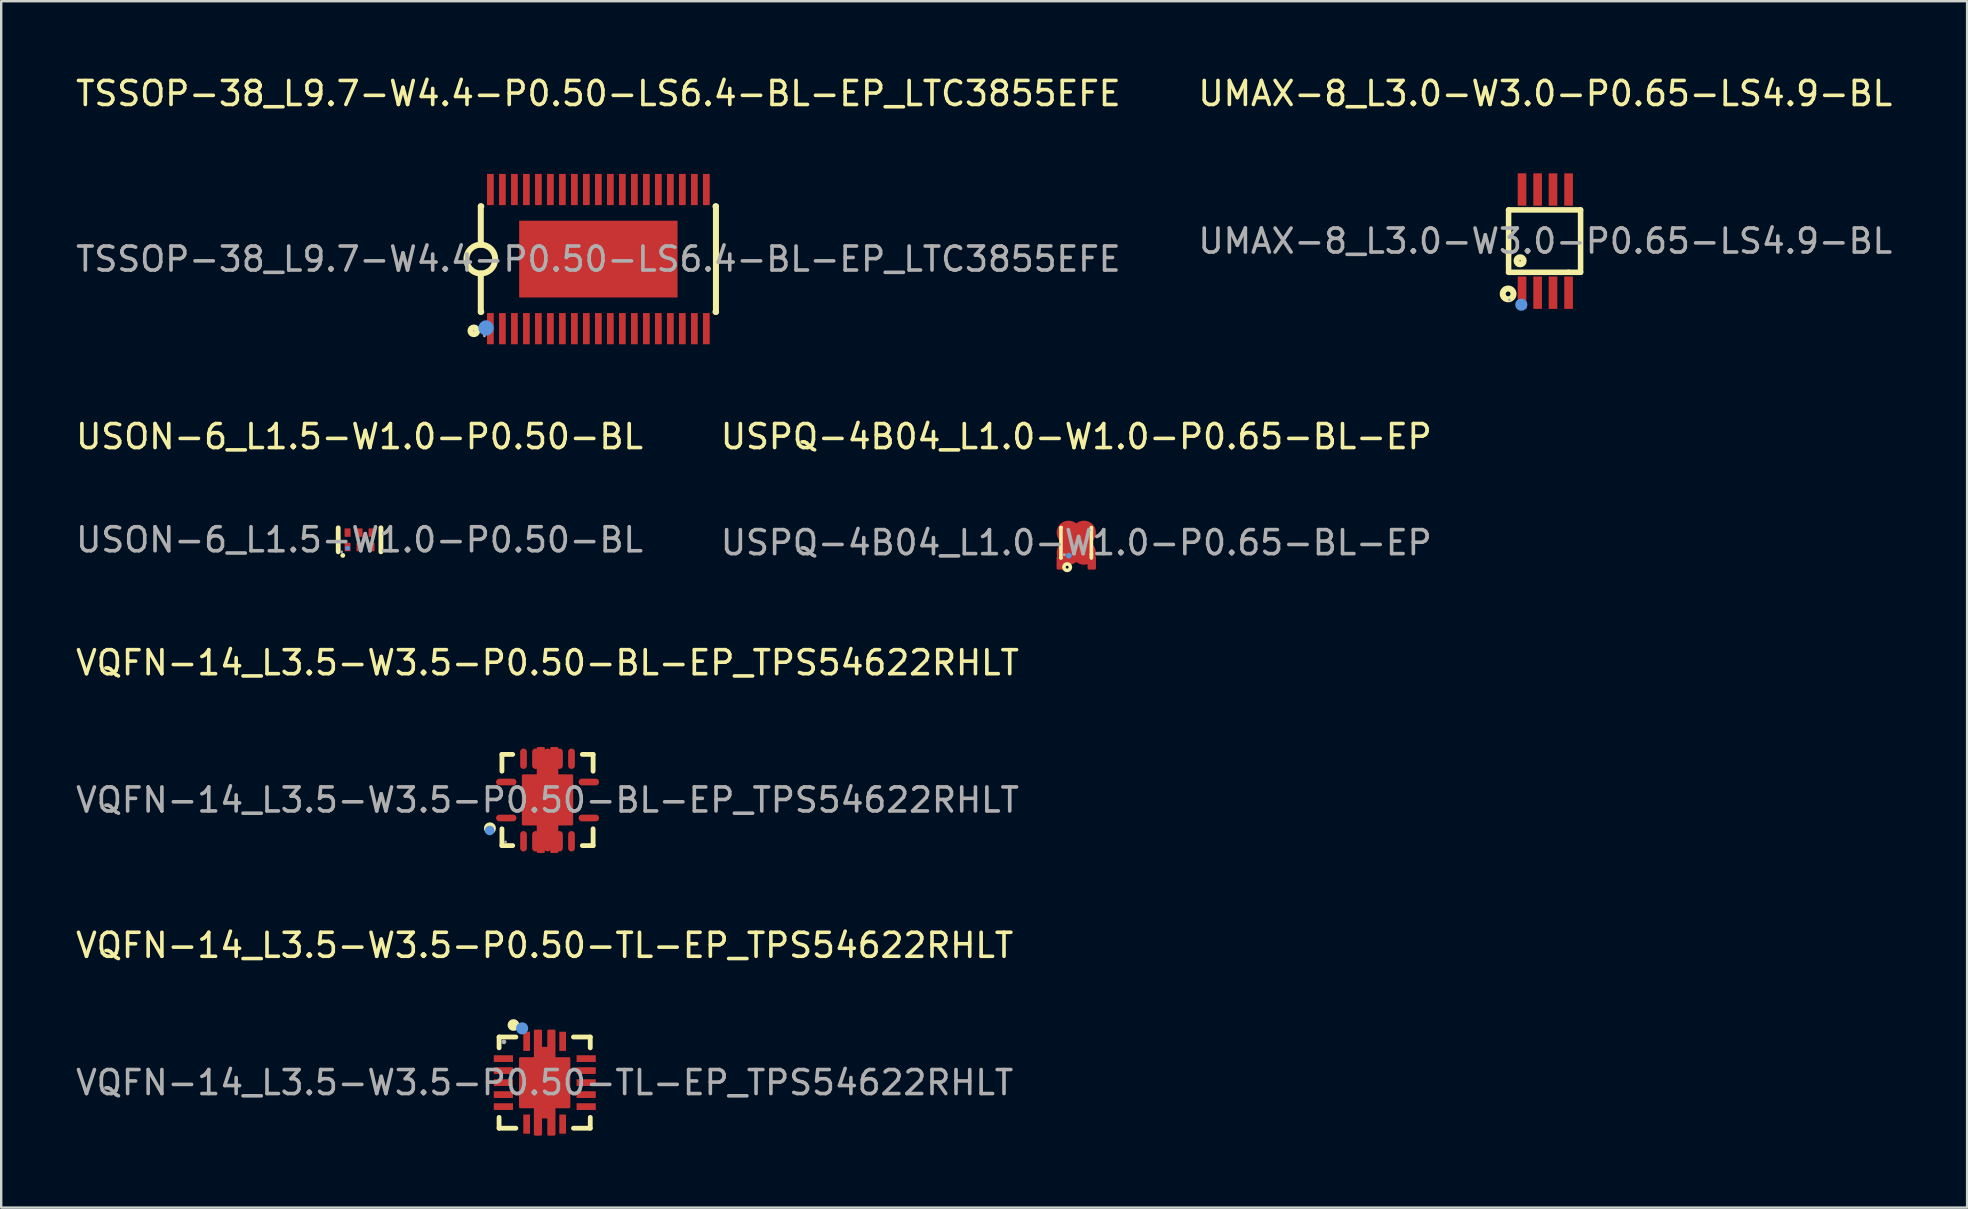
<source format=kicad_pcb>
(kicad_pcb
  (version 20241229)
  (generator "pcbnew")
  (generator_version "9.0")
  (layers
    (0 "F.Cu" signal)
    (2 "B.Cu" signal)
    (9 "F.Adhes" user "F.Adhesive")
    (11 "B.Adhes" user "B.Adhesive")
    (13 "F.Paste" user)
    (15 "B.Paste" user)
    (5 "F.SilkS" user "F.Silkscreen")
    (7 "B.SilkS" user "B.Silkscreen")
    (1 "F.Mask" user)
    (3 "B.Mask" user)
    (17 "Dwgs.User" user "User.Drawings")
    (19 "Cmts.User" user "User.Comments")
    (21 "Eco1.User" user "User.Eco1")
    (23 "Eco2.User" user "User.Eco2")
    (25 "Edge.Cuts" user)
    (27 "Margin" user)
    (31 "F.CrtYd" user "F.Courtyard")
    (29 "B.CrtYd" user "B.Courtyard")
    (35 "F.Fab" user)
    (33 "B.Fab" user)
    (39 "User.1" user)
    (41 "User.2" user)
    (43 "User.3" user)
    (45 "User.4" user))
  (footprint "TSSOP-38_L9.7-W4.4-P0.50-LS6.4-BL-EP_LTC3855EFE"
    (layer "F.Cu")
    (at 21.887 7.748)
    (property "Reference" "TSSOP-38_L9.7-W4.4-P0.50-LS6.4-BL-EP_LTC3855EFE" (at 0 -6.9 0) (layer "F.SilkS") (effects (font (size 1 1) (thickness 0.15))))
    (attr through_hole)
    (fp_line (start -4.9 -2.2) (end -4.9 -0.6) (stroke (width 0.25) (type solid)) (layer "F.SilkS"))
    (fp_line (start -4.9 -2.2) (end -4.88 -2.2) (stroke (width 0.25) (type solid)) (layer "F.SilkS"))
    (fp_line (start -4.9 2.2) (end -4.9 0.6) (stroke (width 0.25) (type solid)) (layer "F.SilkS"))
    (fp_line (start -4.9 2.2) (end -4.88 2.2) (stroke (width 0.25) (type solid)) (layer "F.SilkS"))
    (fp_line (start 4.88 -2.2) (end 4.9 -2.2) (stroke (width 0.25) (type solid)) (layer "F.SilkS"))
    (fp_line (start 4.88 2.2) (end 4.9 2.2) (stroke (width 0.25) (type solid)) (layer "F.SilkS"))
    (fp_line (start 4.9 -2.2) (end 4.9 2.2) (stroke (width 0.25) (type solid)) (layer "F.SilkS"))
    (fp_arc (start -4.910471 0.599909) (mid -4.894764 -0.599978) (end -4.9 0.6) (stroke (width 0.25) (type solid)) (layer "F.SilkS"))
    (fp_circle (center -5.19 2.99) (end -5.05 2.99) (stroke (width 0.25) (type solid)) (fill no) (layer "F.SilkS"))
    (fp_circle (center -4.68 2.87) (end -4.52 2.87) (stroke (width 0.32) (type solid)) (fill no) (layer "Cmts.User"))
    (fp_circle (center -4.75 3.2) (end -4.72 3.2) (stroke (width 0.06) (type solid)) (fill no) (layer "F.Fab"))
    (fp_text user "${REFERENCE}" (at 0 0 0) (layer "F.Fab") (effects (font (size 1 1) (thickness 0.15))))
    (pad "1" smd rect (at -4.5 2.9) (size 0.28 1.3) (layers "F.Cu" "F.Mask" "F.Paste"))
    (pad "2" smd rect (at -4 2.9) (size 0.28 1.3) (layers "F.Cu" "F.Mask" "F.Paste"))
    (pad "3" smd rect (at -3.5 2.9) (size 0.28 1.3) (layers "F.Cu" "F.Mask" "F.Paste"))
    (pad "4" smd rect (at -3 2.9) (size 0.28 1.3) (layers "F.Cu" "F.Mask" "F.Paste"))
    (pad "5" smd rect (at -2.5 2.9) (size 0.28 1.3) (layers "F.Cu" "F.Mask" "F.Paste"))
    (pad "6" smd rect (at -2 2.9) (size 0.28 1.3) (layers "F.Cu" "F.Mask" "F.Paste"))
    (pad "7" smd rect (at -1.5 2.9) (size 0.28 1.3) (layers "F.Cu" "F.Mask" "F.Paste"))
    (pad "8" smd rect (at -1 2.9) (size 0.28 1.3) (layers "F.Cu" "F.Mask" "F.Paste"))
    (pad "9" smd rect (at -0.5 2.9) (size 0.28 1.3) (layers "F.Cu" "F.Mask" "F.Paste"))
    (pad "10" smd rect (at 0 2.9) (size 0.28 1.3) (layers "F.Cu" "F.Mask" "F.Paste"))
    (pad "11" smd rect (at 0.5 2.9) (size 0.28 1.3) (layers "F.Cu" "F.Mask" "F.Paste"))
    (pad "12" smd rect (at 1 2.9) (size 0.28 1.3) (layers "F.Cu" "F.Mask" "F.Paste"))
    (pad "13" smd rect (at 1.5 2.9) (size 0.28 1.3) (layers "F.Cu" "F.Mask" "F.Paste"))
    (pad "14" smd rect (at 2 2.9) (size 0.28 1.3) (layers "F.Cu" "F.Mask" "F.Paste"))
    (pad "15" smd rect (at 2.5 2.9) (size 0.28 1.3) (layers "F.Cu" "F.Mask" "F.Paste"))
    (pad "16" smd rect (at 3 2.9) (size 0.28 1.3) (layers "F.Cu" "F.Mask" "F.Paste"))
    (pad "17" smd rect (at 3.5 2.9) (size 0.28 1.3) (layers "F.Cu" "F.Mask" "F.Paste"))
    (pad "18" smd rect (at 4 2.9) (size 0.28 1.3) (layers "F.Cu" "F.Mask" "F.Paste"))
    (pad "19" smd rect (at 4.5 2.9) (size 0.28 1.3) (layers "F.Cu" "F.Mask" "F.Paste"))
    (pad "20" smd rect (at 4.5 -2.9) (size 0.28 1.3) (layers "F.Cu" "F.Mask" "F.Paste"))
    (pad "21" smd rect (at 4 -2.9) (size 0.28 1.3) (layers "F.Cu" "F.Mask" "F.Paste"))
    (pad "22" smd rect (at 3.5 -2.9) (size 0.28 1.3) (layers "F.Cu" "F.Mask" "F.Paste"))
    (pad "23" smd rect (at 3 -2.9) (size 0.28 1.3) (layers "F.Cu" "F.Mask" "F.Paste"))
    (pad "24" smd rect (at 2.5 -2.9) (size 0.28 1.3) (layers "F.Cu" "F.Mask" "F.Paste"))
    (pad "25" smd rect (at 2 -2.9) (size 0.28 1.3) (layers "F.Cu" "F.Mask" "F.Paste"))
    (pad "26" smd rect (at 1.5 -2.9) (size 0.28 1.3) (layers "F.Cu" "F.Mask" "F.Paste"))
    (pad "27" smd rect (at 1 -2.9) (size 0.28 1.3) (layers "F.Cu" "F.Mask" "F.Paste"))
    (pad "28" smd rect (at 0.5 -2.9) (size 0.28 1.3) (layers "F.Cu" "F.Mask" "F.Paste"))
    (pad "29" smd rect (at 0 -2.9) (size 0.28 1.3) (layers "F.Cu" "F.Mask" "F.Paste"))
    (pad "30" smd rect (at -0.5 -2.9) (size 0.28 1.3) (layers "F.Cu" "F.Mask" "F.Paste"))
    (pad "31" smd rect (at -1 -2.9) (size 0.28 1.3) (layers "F.Cu" "F.Mask" "F.Paste"))
    (pad "32" smd rect (at -1.5 -2.9) (size 0.28 1.3) (layers "F.Cu" "F.Mask" "F.Paste"))
    (pad "33" smd rect (at -2 -2.9) (size 0.28 1.3) (layers "F.Cu" "F.Mask" "F.Paste"))
    (pad "34" smd rect (at -2.5 -2.9) (size 0.28 1.3) (layers "F.Cu" "F.Mask" "F.Paste"))
    (pad "35" smd rect (at -3 -2.9) (size 0.28 1.3) (layers "F.Cu" "F.Mask" "F.Paste"))
    (pad "36" smd rect (at -3.5 -2.9) (size 0.28 1.3) (layers "F.Cu" "F.Mask" "F.Paste"))
    (pad "37" smd rect (at -4 -2.9) (size 0.28 1.3) (layers "F.Cu" "F.Mask" "F.Paste"))
    (pad "38" smd rect (at -4.5 -2.9) (size 0.28 1.3) (layers "F.Cu" "F.Mask" "F.Paste"))
    (pad "39" smd rect (at 0 0) (size 6.6 3.2) (layers "F.Cu" "F.Mask" "F.Paste")))
  (footprint "USON-6_L1.5-W1.0-P0.50-BL"
    (layer "F.Cu")
    (at 11.935 19.447)
    (property "Reference" "USON-6_L1.5-W1.0-P0.50-BL" (at 0 -4.3 0) (layer "F.SilkS") (effects (font (size 1 1) (thickness 0.15))))
    (attr through_hole)
    (fp_line (start -0.89 0.5) (end -0.89 -0.5) (stroke (width 0.2) (type solid)) (layer "F.SilkS"))
    (fp_line (start 0.89 0.5) (end 0.89 -0.5) (stroke (width 0.2) (type solid)) (layer "F.SilkS"))
    (fp_circle (center -0.7 0.65) (end -0.65 0.65) (stroke (width 0.1) (type solid)) (fill no) (layer "F.SilkS"))
    (fp_circle (center -0.5 0.35) (end -0.45 0.35) (stroke (width 0.1) (type solid)) (fill no) (layer "Cmts.User"))
    (fp_circle (center -0.75 0.5) (end -0.72 0.5) (stroke (width 0.06) (type solid)) (fill no) (layer "F.Fab"))
    (fp_text user "${REFERENCE}" (at 0 0 0) (layer "F.Fab") (effects (font (size 1 1) (thickness 0.15))))
    (pad "1" smd rect (at -0.5 0.3) (size 0.25 0.35) (layers "F.Cu" "F.Mask" "F.Paste"))
    (pad "2" smd rect (at 0 0.3) (size 0.25 0.35) (layers "F.Cu" "F.Mask" "F.Paste"))
    (pad "3" smd rect (at 0.5 0.3) (size 0.25 0.35) (layers "F.Cu" "F.Mask" "F.Paste"))
    (pad "4" smd rect (at 0.5 -0.3 180) (size 0.25 0.35) (layers "F.Cu" "F.Mask" "F.Paste"))
    (pad "5" smd rect (at 0 -0.3 180) (size 0.25 0.35) (layers "F.Cu" "F.Mask" "F.Paste"))
    (pad "6" smd rect (at -0.5 -0.3 180) (size 0.25 0.35) (layers "F.Cu" "F.Mask" "F.Paste")))
  (footprint "USPQ-4B04_L1.0-W1.0-P0.65-BL-EP"
    (layer "F.Cu")
    (at 41.804 19.567)
    (property "Reference" "USPQ-4B04_L1.0-W1.0-P0.65-BL-EP" (at 0 -4.42 0) (layer "F.SilkS") (effects (font (size 1 1) (thickness 0.15))))
    (attr through_hole)
    (fp_line (start -0.64 -0.63) (end -0.64 0.63) (stroke (width 0.15) (type solid)) (layer "F.SilkS"))
    (fp_line (start -0.64 0.63) (end -0.63 0.63) (stroke (width 0.15) (type solid)) (layer "F.SilkS"))
    (fp_line (start -0.63 -0.63) (end -0.64 -0.63) (stroke (width 0.15) (type solid)) (layer "F.SilkS"))
    (fp_line (start 0.63 -0.63) (end 0.63 -0.63) (stroke (width 0.15) (type solid)) (layer "F.SilkS"))
    (fp_line (start 0.63 -0.5) (end 0.63 -0.63) (stroke (width 0.15) (type solid)) (layer "F.SilkS"))
    (fp_line (start 0.63 0.5) (end 0.63 -0.5) (stroke (width 0.15) (type solid)) (layer "F.SilkS"))
    (fp_line (start 0.63 0.63) (end 0.63 0.5) (stroke (width 0.15) (type solid)) (layer "F.SilkS"))
    (fp_line (start 0.63 0.63) (end 0.63 0.63) (stroke (width 0.15) (type solid)) (layer "F.SilkS"))
    (fp_circle (center -0.38 1.02) (end -0.32 1.02) (stroke (width 0.15) (type solid)) (fill no) (layer "F.SilkS"))
    (fp_circle (center -0.31 0.54) (end -0.25 0.54) (stroke (width 0.12) (type solid)) (fill no) (layer "Cmts.User"))
    (fp_circle (center -0.5 0.5) (end -0.47 0.5) (stroke (width 0.06) (type solid)) (fill no) (layer "F.Fab"))
    (fp_text user "${REFERENCE}" (at 0 0 0) (layer "F.Fab") (effects (font (size 1 1) (thickness 0.15))))
    (pad "1" smd custom (at -0.32 0.42) (size 1 1) (layers "F.Cu" "F.Mask" "F.Paste") (options (anchor circle)) (primitives (gr_poly (pts (xy -0.45 0.18) (xy -0.2 0.42) (xy -0.2 0.65) (xy -0.45 0.65)) (width 0.1) (fill yes))))
    (pad "2" smd custom (at 0.32 0.42) (size 1 1) (layers "F.Cu" "F.Mask" "F.Paste") (options (anchor circle)) (primitives (gr_poly (pts (xy 0.2 0.42) (xy 0.45 0.18) (xy 0.45 0.65) (xy 0.2 0.65)) (width 0.1) (fill yes))))
    (pad "3" smd custom (at 0.32 -0.42 180) (size 1 1) (layers "F.Cu" "F.Mask" "F.Paste") (options (anchor circle)) (primitives (gr_poly (pts (xy 0.45 -0.18) (xy 0.2 -0.41) (xy 0.2 -0.65) (xy 0.45 -0.65)) (width 0.1) (fill yes))))
    (pad "4" smd custom (at -0.32 -0.42 180) (size 1 1) (layers "F.Cu" "F.Mask" "F.Paste") (options (anchor circle)) (primitives (gr_poly (pts (xy -0.2 -0.41) (xy -0.45 -0.18) (xy -0.45 -0.65) (xy -0.2 -0.65)) (width 0.1) (fill yes))))
    (pad "5" smd rect (at 0 0 45) (size 0.48 0.47) (layers "F.Cu" "F.Mask" "F.Paste")))
  (footprint "VQFN-14_L3.5-W3.5-P0.50-BL-EP_TPS54622RHLT"
    (layer "F.Cu")
    (at 19.768 30.29)
    (property "Reference" "VQFN-14_L3.5-W3.5-P0.50-BL-EP_TPS54622RHLT" (at 0 -5.72 0) (layer "F.SilkS") (effects (font (size 1 1) (thickness 0.15))))
    (attr through_hole)
    (fp_line (start -1.9 -1.9) (end -1.9 -1.2) (stroke (width 0.2) (type solid)) (layer "F.SilkS"))
    (fp_line (start -1.9 1.9) (end -1.9 1.2) (stroke (width 0.2) (type solid)) (layer "F.SilkS"))
    (fp_line (start -1.45 -1.9) (end -1.9 -1.9) (stroke (width 0.2) (type solid)) (layer "F.SilkS"))
    (fp_line (start -1.45 1.9) (end -1.9 1.9) (stroke (width 0.2) (type solid)) (layer "F.SilkS"))
    (fp_line (start 1.45 1.9) (end 1.9 1.9) (stroke (width 0.2) (type solid)) (layer "F.SilkS"))
    (fp_line (start 1.9 -1.9) (end 1.45 -1.9) (stroke (width 0.2) (type solid)) (layer "F.SilkS"))
    (fp_line (start 1.9 -1.2) (end 1.9 -1.9) (stroke (width 0.2) (type solid)) (layer "F.SilkS"))
    (fp_line (start 1.9 1.9) (end 1.9 1.2) (stroke (width 0.2) (type solid)) (layer "F.SilkS"))
    (fp_arc (start -2.4 1.18) (mid -2.4 1.18) (end -2.4 1.18) (stroke (width 0.25) (type solid)) (layer "F.SilkS"))
    (fp_circle (center -2.41 1.27) (end -2.31 1.27) (stroke (width 0.2) (type solid)) (fill no) (layer "Cmts.User"))
    (fp_circle (center -1.75 1.75) (end -1.72 1.75) (stroke (width 0.06) (type solid)) (fill no) (layer "F.Fab"))
    (fp_text user "${REFERENCE}" (at 0 0 0) (layer "F.Fab") (effects (font (size 1 1) (thickness 0.15))))
    (pad "1" smd oval (at -1.72 0.75 180) (size 0.85 0.28) (layers "F.Cu" "F.Mask" "F.Paste"))
    (pad "2" smd oval (at -1 1.72 90) (size 0.85 0.28) (layers "F.Cu" "F.Mask" "F.Paste"))
    (pad "3" smd oval (at -0.5 1.72 90) (size 0.85 0.28) (layers "F.Cu" "F.Mask" "F.Paste"))
    (pad "4" smd oval (at 0 1.72 90) (size 0.85 0.28) (layers "F.Cu" "F.Mask" "F.Paste"))
    (pad "5" smd oval (at 0.5 1.72 90) (size 0.85 0.28) (layers "F.Cu" "F.Mask" "F.Paste"))
    (pad "6" smd oval (at 1 1.72 90) (size 0.85 0.28) (layers "F.Cu" "F.Mask" "F.Paste"))
    (pad "7" smd oval (at 1.72 0.75 180) (size 0.85 0.28) (layers "F.Cu" "F.Mask" "F.Paste"))
    (pad "8" smd oval (at 1.72 -0.75 180) (size 0.85 0.28) (layers "F.Cu" "F.Mask" "F.Paste"))
    (pad "9" smd oval (at 1 -1.72 90) (size 0.85 0.28) (layers "F.Cu" "F.Mask" "F.Paste"))
    (pad "10" smd oval (at 0.5 -1.72 90) (size 0.85 0.28) (layers "F.Cu" "F.Mask" "F.Paste"))
    (pad "11" smd oval (at 0 -1.72 90) (size 0.85 0.28) (layers "F.Cu" "F.Mask" "F.Paste"))
    (pad "12" smd oval (at -0.5 -1.72 90) (size 0.85 0.28) (layers "F.Cu" "F.Mask" "F.Paste"))
    (pad "13" smd oval (at -1 -1.72 90) (size 0.85 0.28) (layers "F.Cu" "F.Mask" "F.Paste"))
    (pad "14" smd oval (at -1.72 -0.75 180) (size 0.85 0.28) (layers "F.Cu" "F.Mask" "F.Paste"))
    (pad "15" smd custom (at 0 0 90) (size 1 1) (layers "F.Cu" "F.Mask" "F.Paste") (options (anchor circle)) (primitives (gr_poly (pts (xy -1.01 1.02) (xy -1.01 0.4) (xy -2.16 0.4) (xy -2.16 0.16) (xy -1.44 0.16) (xy -1.44 -0.16) (xy -2.16 -0.16) (xy -2.16 -0.4) (xy -1.01 -0.4) (xy -1.01 -1.02) (xy 1.02 -1.02) (xy 1.02 -0.4) (xy 2.16 -0.4) (xy 2.16 -0.16) (xy 1.44 -0.16) (xy 1.44 0.16) (xy 2.16 0.16) (xy 2.16 0.4) (xy 1.02 0.4) (xy 1.02 1.02) (xy -1.01 1.02)) (width 0.1) (fill yes)))))
  (footprint "VQFN-14_L3.5-W3.5-P0.50-TL-EP_TPS54622RHLT"
    (layer "F.Cu")
    (at 19.649 42.068)
    (property "Reference" "VQFN-14_L3.5-W3.5-P0.50-TL-EP_TPS54622RHLT" (at 0 -5.72 0) (layer "F.SilkS") (effects (font (size 1 1) (thickness 0.15))))
    (attr through_hole)
    (fp_line (start -1.9 -1.9) (end -1.2 -1.9) (stroke (width 0.2) (type solid)) (layer "F.SilkS"))
    (fp_line (start -1.9 -1.45) (end -1.9 -1.9) (stroke (width 0.2) (type solid)) (layer "F.SilkS"))
    (fp_line (start -1.9 1.45) (end -1.9 1.9) (stroke (width 0.2) (type solid)) (layer "F.SilkS"))
    (fp_line (start -1.9 1.9) (end -1.2 1.9) (stroke (width 0.2) (type solid)) (layer "F.SilkS"))
    (fp_line (start 1.2 1.9) (end 1.9 1.9) (stroke (width 0.2) (type solid)) (layer "F.SilkS"))
    (fp_line (start 1.9 -1.9) (end 1.2 -1.9) (stroke (width 0.2) (type solid)) (layer "F.SilkS"))
    (fp_line (start 1.9 -1.45) (end 1.9 -1.9) (stroke (width 0.2) (type solid)) (layer "F.SilkS"))
    (fp_line (start 1.9 1.9) (end 1.9 1.45) (stroke (width 0.2) (type solid)) (layer "F.SilkS"))
    (fp_arc (start -1.18 -2.39) (mid -1.420313 -2.404987) (end -1.179584 -2.400034) (stroke (width 0.25) (type solid)) (layer "F.SilkS"))
    (fp_circle (center -0.94 -2.26) (end -0.81 -2.26) (stroke (width 0.25) (type solid)) (fill no) (layer "Cmts.User"))
    (fp_circle (center -1.7 -1.7) (end -1.65 -1.7) (stroke (width 0.1) (type solid)) (fill no) (layer "F.Fab"))
    (fp_text user "${REFERENCE}" (at 0 0 0) (layer "F.Fab") (effects (font (size 1 1) (thickness 0.15))))
    (pad "1" smd rect (at -0.75 -1.72 90) (size 0.8 0.28) (layers "F.Cu" "F.Mask" "F.Paste"))
    (pad "2" smd rect (at -1.72 -1) (size 0.8 0.28) (layers "F.Cu" "F.Mask" "F.Paste"))
    (pad "3" smd rect (at -1.72 -0.5) (size 0.8 0.28) (layers "F.Cu" "F.Mask" "F.Paste"))
    (pad "4" smd rect (at -1.72 0) (size 0.8 0.28) (layers "F.Cu" "F.Mask" "F.Paste"))
    (pad "5" smd rect (at -1.72 0.5) (size 0.8 0.28) (layers "F.Cu" "F.Mask" "F.Paste"))
    (pad "6" smd rect (at -1.72 1) (size 0.8 0.28) (layers "F.Cu" "F.Mask" "F.Paste"))
    (pad "7" smd rect (at -0.75 1.73 90) (size 0.8 0.28) (layers "F.Cu" "F.Mask" "F.Paste"))
    (pad "8" smd rect (at 0.75 1.73 90) (size 0.8 0.28) (layers "F.Cu" "F.Mask" "F.Paste"))
    (pad "9" smd rect (at 1.73 1) (size 0.8 0.28) (layers "F.Cu" "F.Mask" "F.Paste"))
    (pad "10" smd rect (at 1.73 0.5) (size 0.8 0.28) (layers "F.Cu" "F.Mask" "F.Paste"))
    (pad "11" smd rect (at 1.73 0) (size 0.8 0.28) (layers "F.Cu" "F.Mask" "F.Paste"))
    (pad "12" smd rect (at 1.73 -0.5) (size 0.8 0.28) (layers "F.Cu" "F.Mask" "F.Paste"))
    (pad "13" smd rect (at 1.73 -1) (size 0.8 0.28) (layers "F.Cu" "F.Mask" "F.Paste"))
    (pad "14" smd rect (at 0.75 -1.72 90) (size 0.8 0.28) (layers "F.Cu" "F.Mask" "F.Paste"))
    (pad "15" smd custom (at 0 0) (size 1 1) (layers "F.Cu" "F.Mask" "F.Paste") (options (anchor circle)) (primitives (gr_poly (pts (xy -1.02 -1.01) (xy -0.4 -1.01) (xy -0.4 -2.16) (xy -0.16 -2.16) (xy -0.16 -1.44) (xy 0.16 -1.44) (xy 0.16 -2.16) (xy 0.4 -2.16) (xy 0.4 -1.01) (xy 1.02 -1.01) (xy 1.02 1.02) (xy 0.4 1.02) (xy 0.4 2.16) (xy 0.16 2.16) (xy 0.16 1.44) (xy -0.16 1.44) (xy -0.16 2.16) (xy -0.4 2.16) (xy -0.4 1.02) (xy -1.02 1.02) (xy -1.02 -1.01)) (width 0.1) (fill yes)))))
  (footprint "UMAX-8_L3.0-W3.0-P0.65-LS4.9-BL"
    (layer "F.Cu")
    (at 61.351 6.998)
    (property "Reference" "UMAX-8_L3.0-W3.0-P0.65-LS4.9-BL" (at 0 -6.15 0) (layer "F.SilkS") (effects (font (size 1 1) (thickness 0.15))))
    (attr through_hole)
    (fp_line (start -1.53 -1.3) (end -1.53 0.55) (stroke (width 0.23) (type solid)) (layer "F.SilkS"))
    (fp_line (start -1.53 0.55) (end -1.53 1.3) (stroke (width 0.23) (type solid)) (layer "F.SilkS"))
    (fp_line (start -1.53 1.3) (end 0.97 1.3) (stroke (width 0.23) (type solid)) (layer "F.SilkS"))
    (fp_line (start 0.97 1.3) (end 1.47 1.3) (stroke (width 0.23) (type solid)) (layer "F.SilkS"))
    (fp_line (start 1.47 -1.3) (end -1.53 -1.3) (stroke (width 0.23) (type solid)) (layer "F.SilkS"))
    (fp_line (start 1.47 1.3) (end 1.47 -1.3) (stroke (width 0.23) (type solid)) (layer "F.SilkS"))
    (fp_circle (center -1.55 2.2) (end -1.45 2.2) (stroke (width 0.25) (type solid)) (fill no) (layer "F.SilkS"))
    (fp_circle (center -1.05 0.82) (end -0.9 0.82) (stroke (width 0.25) (type solid)) (fill no) (layer "F.SilkS"))
    (fp_circle (center -1 2.65) (end -0.87 2.65) (stroke (width 0.25) (type solid)) (fill no) (layer "Cmts.User"))
    (fp_circle (center -1.5 2.45) (end -1.47 2.45) (stroke (width 0.06) (type solid)) (fill no) (layer "F.Fab"))
    (fp_text user "${REFERENCE}" (at 0 0 0) (layer "F.Fab") (effects (font (size 1 1) (thickness 0.15))))
    (pad "1" smd rect (at -0.97 2.15) (size 0.36 1.35) (layers "F.Cu" "F.Mask" "F.Paste"))
    (pad "2" smd rect (at -0.32 2.15) (size 0.36 1.35) (layers "F.Cu" "F.Mask" "F.Paste"))
    (pad "3" smd rect (at 0.32 2.15) (size 0.36 1.35) (layers "F.Cu" "F.Mask" "F.Paste"))
    (pad "4" smd rect (at 0.97 2.15) (size 0.36 1.35) (layers "F.Cu" "F.Mask" "F.Paste"))
    (pad "5" smd rect (at 0.97 -2.15) (size 0.36 1.35) (layers "F.Cu" "F.Mask" "F.Paste"))
    (pad "6" smd rect (at 0.32 -2.15) (size 0.36 1.35) (layers "F.Cu" "F.Mask" "F.Paste"))
    (pad "7" smd rect (at -0.32 -2.15) (size 0.36 1.35) (layers "F.Cu" "F.Mask" "F.Paste"))
    (pad "8" smd rect (at -0.97 -2.15) (size 0.36 1.35) (layers "F.Cu" "F.Mask" "F.Paste")))
  (gr_rect
    (start -3 -3)
    (end 78.929 47.278)
    (stroke (width 0.1) (type default))
    (fill no)
    (layer "Edge.Cuts")))
</source>
